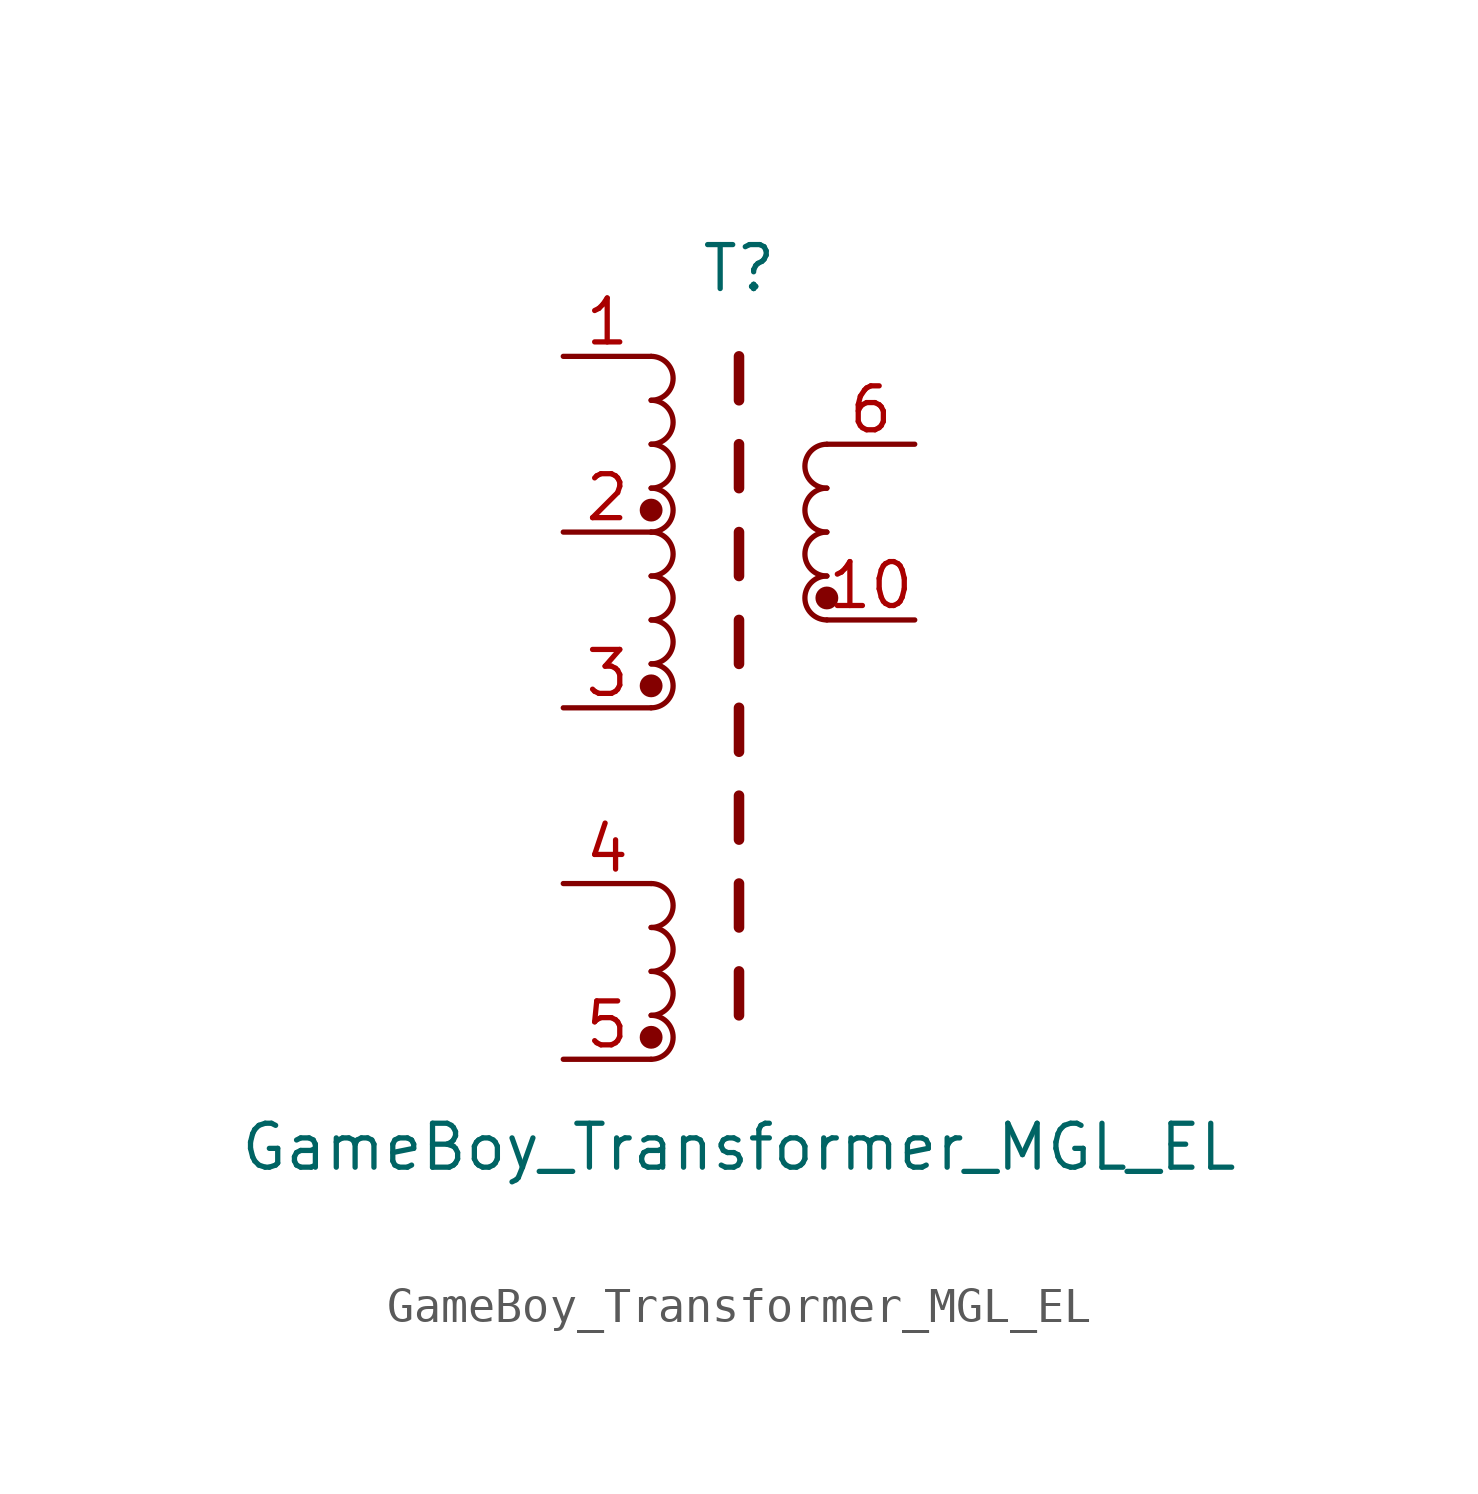
<source format=kicad_sym>
(kicad_symbol_lib
  (version 20220914)
  (generator kicad_symbol_editor)
  (symbol "GameBoy_Transformer_MGL_EL"
    (property "Reference" "T"
      (at 0 12.7 0)
      (effects (font (size 1.27 1.27))))
    (property "Value" "GameBoy_Transformer_MGL_EL"
      (at 0 -12.7 0)
      (effects (font (size 1.27 1.27))))
    (symbol "GameBoy_Transformer_MGL_EL_0_1"
      (arc (start -2.54 -10.16) (mid -1.9077 -9.525) (end -2.54 -8.89) (stroke (width 0) (type default)) (fill (type none)))
      (circle (center -2.54 -9.525) (radius 0.254) (stroke (width 0) (type default)) (fill (type outline)))
      (arc (start -2.54 -8.89) (mid -1.9077 -8.255) (end -2.54 -7.62) (stroke (width 0) (type default)) (fill (type none)))
      (arc (start -2.54 -7.62) (mid -1.9077 -6.985) (end -2.54 -6.35) (stroke (width 0) (type default)) (fill (type none)))
      (arc (start -2.54 -6.35) (mid -1.9077 -5.715) (end -2.54 -5.08) (stroke (width 0) (type default)) (fill (type none)))
      (arc (start -2.54 0) (mid -1.9077 0.635) (end -2.54 1.27) (stroke (width 0) (type default)) (fill (type none)))
      (circle (center -2.54 0.635) (radius 0.254) (stroke (width 0) (type default)) (fill (type outline)))
      (arc (start -2.54 1.27) (mid -1.9077 1.905) (end -2.54 2.54) (stroke (width 0) (type default)) (fill (type none)))
      (arc (start -2.54 2.54) (mid -1.9077 3.175) (end -2.54 3.81) (stroke (width 0) (type default)) (fill (type none)))
      (arc (start -2.54 3.81) (mid -1.9077 4.445) (end -2.54 5.08) (stroke (width 0) (type default)) (fill (type none)))
      (arc (start -2.54 5.08) (mid -1.9077 5.715) (end -2.54 6.35) (stroke (width 0) (type default)) (fill (type none)))
      (circle (center -2.54 5.715) (radius 0.254) (stroke (width 0) (type default)) (fill (type outline)))
      (arc (start -2.54 6.35) (mid -1.9077 6.985) (end -2.54 7.62) (stroke (width 0) (type default)) (fill (type none)))
      (arc (start -2.54 7.62) (mid -1.9077 8.255) (end -2.54 8.89) (stroke (width 0) (type default)) (fill (type none)))
      (arc (start -2.54 8.89) (mid -1.9077 9.525) (end -2.54 10.16) (stroke (width 0) (type default)) (fill (type none)))
      (polyline (pts (xy 0 -7.62) (xy 0 -8.89)) (stroke (width 0.305) (type default)) (fill (type none)))
      (polyline (pts (xy 0 -5.08) (xy 0 -6.35)) (stroke (width 0.305) (type default)) (fill (type none)))
      (polyline (pts (xy 0 -2.54) (xy 0 -3.81)) (stroke (width 0.305) (type default)) (fill (type none)))
      (polyline (pts (xy 0 0) (xy 0 -1.27)) (stroke (width 0.305) (type default)) (fill (type none)))
      (polyline (pts (xy 0 2.54) (xy 0 1.27)) (stroke (width 0.305) (type default)) (fill (type none)))
      (polyline (pts (xy 0 5.08) (xy 0 3.81)) (stroke (width 0.305) (type default)) (fill (type none)))
      (polyline (pts (xy 0 7.62) (xy 0 6.35)) (stroke (width 0.305) (type default)) (fill (type none)))
      (polyline (pts (xy 0 10.16) (xy 0 8.89)) (stroke (width 0.305) (type default)) (fill (type none)))
      (circle (center 2.54 3.175) (radius 0.254) (stroke (width 0) (type default)) (fill (type outline)))
      (arc (start 2.54 3.81) (mid 1.9077 3.175) (end 2.54 2.54) (stroke (width 0) (type default)) (fill (type none)))
      (arc (start 2.54 5.08) (mid 1.9077 4.445) (end 2.54 3.81) (stroke (width 0) (type default)) (fill (type none)))
      (arc (start 2.54 6.35) (mid 1.9077 5.715) (end 2.54 5.08) (stroke (width 0) (type default)) (fill (type none)))
      (arc (start 2.54 7.62) (mid 1.9077 6.985) (end 2.54 6.35) (stroke (width 0) (type default)) (fill (type none))))
    (symbol "GameBoy_Transformer_MGL_EL_1_1"
      (pin passive line (at -5.08 10.16 0) (length 2.54) (name "~" (effects (font (size 1.27 1.27)))) (number "1" (effects (font (size 1.27 1.27)))))
      (pin passive line (at 5.08 2.54 180) (length 2.54) (name "~" (effects (font (size 1.27 1.27)))) (number "10" (effects (font (size 1.27 1.27)))))
      (pin passive line (at -5.08 5.08 0) (length 2.54) (name "~" (effects (font (size 1.27 1.27)))) (number "2" (effects (font (size 1.27 1.27)))))
      (pin passive line (at -5.08 0 0) (length 2.54) (name "~" (effects (font (size 1.27 1.27)))) (number "3" (effects (font (size 1.27 1.27)))))
      (pin passive line (at -5.08 -5.08 0) (length 2.54) (name "~" (effects (font (size 1.27 1.27)))) (number "4" (effects (font (size 1.27 1.27)))))
      (pin passive line (at -5.08 -10.16 0) (length 2.54) (name "~" (effects (font (size 1.27 1.27)))) (number "5" (effects (font (size 1.27 1.27)))))
      (pin passive line (at 5.08 7.62 180) (length 2.54) (name "~" (effects (font (size 1.27 1.27)))) (number "6" (effects (font (size 1.27 1.27))))))))
</source>
